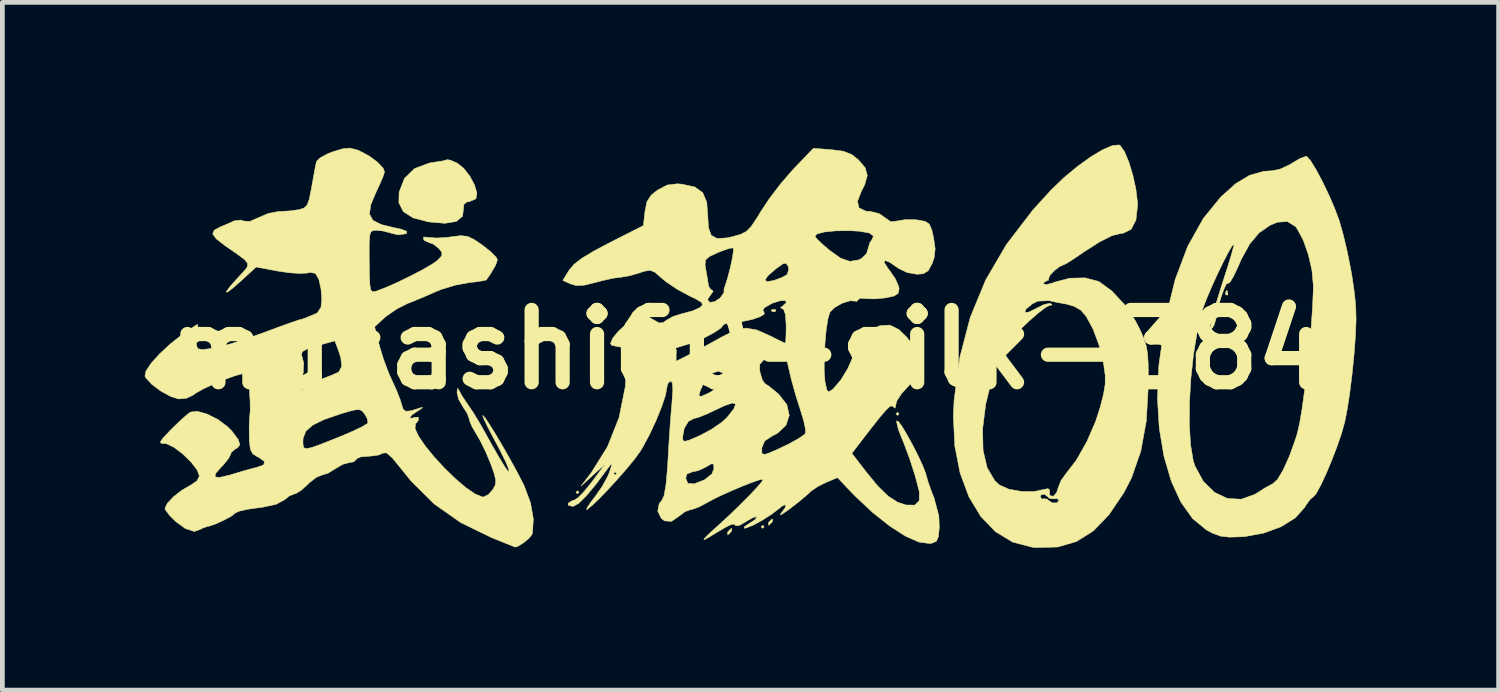
<source format=kicad_pcb>
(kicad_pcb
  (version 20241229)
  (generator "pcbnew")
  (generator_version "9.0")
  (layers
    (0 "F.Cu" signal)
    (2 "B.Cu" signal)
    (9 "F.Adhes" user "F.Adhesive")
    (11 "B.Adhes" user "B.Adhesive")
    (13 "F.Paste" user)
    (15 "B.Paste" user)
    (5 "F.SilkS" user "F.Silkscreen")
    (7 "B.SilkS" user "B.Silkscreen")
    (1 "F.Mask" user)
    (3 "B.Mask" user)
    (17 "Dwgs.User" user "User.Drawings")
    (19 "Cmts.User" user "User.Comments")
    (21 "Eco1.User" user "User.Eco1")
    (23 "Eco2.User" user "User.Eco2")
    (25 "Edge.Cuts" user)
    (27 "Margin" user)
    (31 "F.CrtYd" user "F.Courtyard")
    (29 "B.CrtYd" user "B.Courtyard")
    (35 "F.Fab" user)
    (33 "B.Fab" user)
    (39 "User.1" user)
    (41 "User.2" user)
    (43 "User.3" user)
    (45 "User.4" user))
  (footprint "musashi60-silk-384"
    (layer "F.Cu")
    (at 12.73 4.319)
    (property "Reference" "musashi60-silk-384" (at 0 0 0) (layer "F.SilkS") (effects (font (size 1.524 1.524) (thickness 0.3))))
    (attr through_hole)
    (fp_poly (pts (xy -3.572 3.01) (xy -3.605 3.043) (xy -3.638 3.01) (xy -3.605 2.977) (xy -3.572 3.01)) (stroke (width 0.01) (type solid)) (fill yes) (layer "F.SilkS"))
    (fp_poly (pts (xy 0.331 3.737) (xy 0.298 3.77) (xy 0.265 3.737) (xy 0.298 3.704) (xy 0.331 3.737)) (stroke (width 0.01) (type solid)) (fill yes) (layer "F.SilkS"))
    (fp_poly (pts (xy 3.175 1.356) (xy 3.142 1.389) (xy 3.109 1.356) (xy 3.142 1.323) (xy 3.175 1.356)) (stroke (width 0.01) (type solid)) (fill yes) (layer "F.SilkS"))
    (fp_poly (pts (xy 9.723 -0.298) (xy 9.69 -0.265) (xy 9.657 -0.298) (xy 9.69 -0.331) (xy 9.723 -0.298)) (stroke (width 0.01) (type solid)) (fill yes) (layer "F.SilkS"))
    (fp_poly (pts (xy 0.573 -0.838) (xy 0.564 -0.799) (xy 0.529 -0.794) (xy 0.475 -0.818) (xy 0.485 -0.838) (xy 0.564 -0.846) (xy 0.573 -0.838)) (stroke (width 0.01) (type solid)) (fill yes) (layer "F.SilkS"))
    (fp_poly (pts (xy 10.098 -1.235) (xy 10.106 -1.156) (xy 10.098 -1.147) (xy 10.059 -1.156) (xy 10.054 -1.191) (xy 10.078 -1.245) (xy 10.098 -1.235)) (stroke (width 0.01) (type solid)) (fill yes) (layer "F.SilkS"))
    (fp_poly (pts (xy -0.351 3.813) (xy -0.364 3.836) (xy -0.426 3.9) (xy -0.438 3.903) (xy -0.442 3.86) (xy -0.43 3.836) (xy -0.368 3.773) (xy -0.356 3.77) (xy -0.351 3.813)) (stroke (width 0.01) (type solid)) (fill yes) (layer "F.SilkS"))
    (fp_poly (pts (xy 0.508 3.615) (xy 0.496 3.638) (xy 0.434 3.701) (xy 0.422 3.704) (xy 0.418 3.661) (xy 0.43 3.638) (xy 0.492 3.575) (xy 0.504 3.572) (xy 0.508 3.615)) (stroke (width 0.01) (type solid)) (fill yes) (layer "F.SilkS"))
    (fp_poly (pts (xy -6.29 -3.994) (xy -6.155 -3.937) (xy -6.143 -3.931) (xy -6.002 -3.819) (xy -5.874 -3.654) (xy -5.776 -3.47) (xy -5.726 -3.302) (xy -5.742 -3.188) (xy -5.761 -3.17) (xy -5.895 -3.116) (xy -5.941 -3.11) (xy -6.003 -3.056) (xy -6.007 -2.987) (xy -6.028 -2.81) (xy -6.16 -2.701) (xy -6.401 -2.661) (xy -6.747 -2.691) (xy -7.072 -2.776) (xy -7.277 -2.908) (xy -7.371 -3.094) (xy -7.366 -3.318) (xy -7.252 -3.611) (xy -7.039 -3.816) (xy -6.73 -3.932) (xy -6.618 -3.95) (xy -6.457 -3.974) (xy -6.365 -3.999) (xy -6.361 -4.002) (xy -6.29 -3.994)) (stroke (width 0.01) (type solid)) (fill yes) (layer "F.SilkS"))
    (fp_poly (pts (xy 11.773 -4.068) (xy 11.854 -3.975) (xy 11.968 -3.789) (xy 12.101 -3.539) (xy 12.236 -3.257) (xy 12.359 -2.972) (xy 12.455 -2.714) (xy 12.457 -2.706) (xy 12.538 -2.421) (xy 12.623 -2.061) (xy 12.698 -1.686) (xy 12.729 -1.504) (xy 12.776 -1.178) (xy 12.802 -0.901) (xy 12.809 -0.627) (xy 12.797 -0.314) (xy 12.768 0.085) (xy 12.765 0.117) (xy 12.726 0.506) (xy 12.677 0.902) (xy 12.623 1.257) (xy 12.57 1.527) (xy 12.568 1.534) (xy 12.501 1.773) (xy 12.405 2.051) (xy 12.293 2.343) (xy 12.176 2.621) (xy 12.065 2.859) (xy 11.972 3.03) (xy 11.908 3.107) (xy 11.901 3.109) (xy 11.84 3.16) (xy 11.748 3.288) (xy 11.722 3.332) (xy 11.526 3.55) (xy 11.23 3.734) (xy 10.865 3.869) (xy 10.463 3.943) (xy 10.399 3.947) (xy 10.136 3.955) (xy 9.948 3.933) (xy 9.778 3.869) (xy 9.655 3.803) (xy 9.364 3.565) (xy 9.115 3.216) (xy 8.912 2.773) (xy 8.759 2.252) (xy 8.661 1.668) (xy 8.655 1.585) (xy 9.294 1.585) (xy 9.319 2.004) (xy 9.374 2.335) (xy 9.411 2.454) (xy 9.589 2.78) (xy 9.824 3.011) (xy 10.096 3.139) (xy 10.387 3.156) (xy 10.675 3.053) (xy 10.723 3.023) (xy 10.893 2.915) (xy 11.031 2.84) (xy 11.053 2.83) (xy 11.154 2.736) (xy 11.275 2.533) (xy 11.404 2.245) (xy 11.531 1.891) (xy 11.57 1.769) (xy 11.618 1.559) (xy 11.671 1.246) (xy 11.724 0.856) (xy 11.776 0.419) (xy 11.824 -0.037) (xy 11.863 -0.484) (xy 11.891 -0.895) (xy 11.906 -1.24) (xy 11.907 -1.356) (xy 11.878 -1.671) (xy 11.802 -2.005) (xy 11.692 -2.314) (xy 11.564 -2.55) (xy 11.527 -2.596) (xy 11.361 -2.699) (xy 11.148 -2.684) (xy 10.993 -2.619) (xy 10.763 -2.459) (xy 10.567 -2.226) (xy 10.386 -1.896) (xy 10.325 -1.756) (xy 10.231 -1.554) (xy 10.155 -1.425) (xy 10.109 -1.392) (xy 10.105 -1.398) (xy 10.076 -1.385) (xy 10.025 -1.278) (xy 9.966 -1.115) (xy 9.91 -0.931) (xy 9.869 -0.761) (xy 9.855 -0.651) (xy 9.818 -0.522) (xy 9.785 -0.463) (xy 9.744 -0.434) (xy 9.745 -0.518) (xy 9.785 -0.706) (xy 9.862 -0.985) (xy 9.973 -1.345) (xy 10.028 -1.514) (xy 10.118 -1.794) (xy 10.187 -2.023) (xy 10.227 -2.175) (xy 10.234 -2.224) (xy 10.193 -2.184) (xy 10.115 -2.049) (xy 10.01 -1.847) (xy 9.893 -1.605) (xy 9.776 -1.349) (xy 9.672 -1.107) (xy 9.594 -0.907) (xy 9.568 -0.827) (xy 9.464 -0.396) (xy 9.383 0.089) (xy 9.327 0.6) (xy 9.297 1.108) (xy 9.294 1.585) (xy 8.655 1.585) (xy 8.622 1.039) (xy 8.648 0.381) (xy 8.658 0.277) (xy 8.794 -0.655) (xy 8.994 -1.472) (xy 9.259 -2.175) (xy 9.59 -2.766) (xy 9.959 -3.218) (xy 10.273 -3.499) (xy 10.564 -3.674) (xy 10.864 -3.758) (xy 11.054 -3.77) (xy 11.216 -3.807) (xy 11.412 -3.899) (xy 11.472 -3.937) (xy 11.631 -4.03) (xy 11.747 -4.071) (xy 11.773 -4.068)) (stroke (width 0.01) (type solid)) (fill yes) (layer "F.SilkS"))
    (fp_poly (pts (xy 7.837 -4.3) (xy 7.928 -4.17) (xy 8.021 -3.946) (xy 8.105 -3.668) (xy 8.168 -3.375) (xy 8.2 -3.106) (xy 8.202 -3.04) (xy 8.168 -2.731) (xy 8.066 -2.534) (xy 7.896 -2.451) (xy 7.846 -2.447) (xy 7.662 -2.401) (xy 7.394 -2.265) (xy 7.049 -2.044) (xy 7 -2.01) (xy 6.823 -1.89) (xy 6.692 -1.808) (xy 6.642 -1.786) (xy 6.556 -1.748) (xy 6.446 -1.662) (xy 6.356 -1.566) (xy 6.328 -1.501) (xy 6.33 -1.497) (xy 6.321 -1.458) (xy 6.295 -1.455) (xy 6.222 -1.41) (xy 6.218 -1.388) (xy 6.271 -1.367) (xy 6.411 -1.403) (xy 6.457 -1.421) (xy 6.771 -1.504) (xy 7.094 -1.511) (xy 7.371 -1.439) (xy 7.395 -1.428) (xy 7.657 -1.237) (xy 7.92 -0.955) (xy 8.15 -0.617) (xy 8.248 -0.43) (xy 8.328 -0.249) (xy 8.381 -0.091) (xy 8.412 0.079) (xy 8.426 0.297) (xy 8.429 0.597) (xy 8.429 0.761) (xy 8.387 1.501) (xy 8.27 2.144) (xy 8.074 2.707) (xy 7.916 3.013) (xy 7.601 3.48) (xy 7.271 3.823) (xy 6.914 4.048) (xy 6.516 4.163) (xy 6.067 4.175) (xy 5.986 4.168) (xy 5.572 4.061) (xy 5.206 3.84) (xy 4.895 3.516) (xy 4.652 3.113) (xy 6.152 3.113) (xy 6.191 3.154) (xy 6.213 3.145) (xy 6.298 3.153) (xy 6.316 3.174) (xy 6.4 3.232) (xy 6.5 3.233) (xy 6.548 3.178) (xy 6.548 3.177) (xy 6.5 3.139) (xy 6.456 3.149) (xy 6.349 3.141) (xy 6.32 3.113) (xy 6.238 3.048) (xy 6.166 3.066) (xy 6.152 3.113) (xy 4.652 3.113) (xy 4.645 3.101) (xy 4.461 2.604) (xy 4.35 2.038) (xy 4.332 1.675) (xy 4.935 1.675) (xy 4.945 2.125) (xy 5.031 2.492) (xy 5.192 2.765) (xy 5.294 2.858) (xy 5.491 2.945) (xy 5.756 2.992) (xy 6.027 2.992) (xy 6.203 2.955) (xy 6.313 2.933) (xy 6.344 2.955) (xy 6.351 3.078) (xy 6.427 3.094) (xy 6.496 3.016) (xy 6.526 2.921) (xy 6.588 2.763) (xy 6.685 2.627) (xy 6.914 2.328) (xy 7.132 1.943) (xy 7.317 1.518) (xy 7.413 1.221) (xy 7.485 0.94) (xy 7.519 0.733) (xy 7.52 0.545) (xy 7.49 0.326) (xy 7.479 0.265) (xy 7.389 -0.097) (xy 7.265 -0.429) (xy 7.121 -0.695) (xy 7.011 -0.827) (xy 6.865 -0.911) (xy 6.709 -0.957) (xy 6.493 -0.996) (xy 6.334 -1.031) (xy 6.101 -1.021) (xy 5.986 -0.965) (xy 5.849 -0.852) (xy 5.827 -0.786) (xy 5.91 -0.789) (xy 6.052 -0.86) (xy 6.217 -0.943) (xy 6.344 -0.974) (xy 6.367 -0.97) (xy 6.4 -0.94) (xy 6.348 -0.931) (xy 6.259 -0.885) (xy 6.103 -0.766) (xy 5.906 -0.593) (xy 5.784 -0.478) (xy 5.565 -0.261) (xy 5.419 -0.092) (xy 5.317 0.071) (xy 5.236 0.271) (xy 5.149 0.549) (xy 5.145 0.564) (xy 5.001 1.151) (xy 4.935 1.675) (xy 4.332 1.675) (xy 4.318 1.413) (xy 4.334 1.069) (xy 4.456 0.16) (xy 4.675 -0.679) (xy 5 -1.466) (xy 5.438 -2.215) (xy 5.997 -2.944) (xy 6.379 -3.363) (xy 6.65 -3.624) (xy 6.936 -3.861) (xy 7.215 -4.062) (xy 7.468 -4.213) (xy 7.673 -4.301) (xy 7.812 -4.314) (xy 7.837 -4.3)) (stroke (width 0.01) (type solid)) (fill yes) (layer "F.SilkS"))
    (fp_poly (pts (xy -8.257 -4.21) (xy -8.203 -4.189) (xy -8.003 -4.084) (xy -7.825 -3.953) (xy -7.704 -3.825) (xy -7.673 -3.749) (xy -7.7 -3.658) (xy -7.771 -3.491) (xy -7.846 -3.331) (xy -7.964 -3.052) (xy -7.991 -2.856) (xy -7.919 -2.724) (xy -7.739 -2.634) (xy -7.528 -2.582) (xy -7.307 -2.533) (xy -7.205 -2.491) (xy -7.208 -2.452) (xy -7.224 -2.441) (xy -7.385 -2.417) (xy -7.507 -2.447) (xy -7.7 -2.498) (xy -7.842 -2.514) (xy -7.914 -2.509) (xy -7.961 -2.48) (xy -7.986 -2.402) (xy -7.996 -2.251) (xy -7.997 -2.002) (xy -7.995 -1.85) (xy -7.991 -1.55) (xy -7.982 -1.359) (xy -7.962 -1.257) (xy -7.928 -1.219) (xy -7.872 -1.224) (xy -7.847 -1.231) (xy -7.65 -1.306) (xy -7.397 -1.418) (xy -7.124 -1.551) (xy -6.868 -1.684) (xy -6.667 -1.801) (xy -6.565 -1.873) (xy -6.467 -1.975) (xy -6.464 -2.049) (xy -6.526 -2.128) (xy -6.643 -2.222) (xy -6.72 -2.249) (xy -6.831 -2.298) (xy -6.852 -2.325) (xy -6.848 -2.374) (xy -6.74 -2.363) (xy -6.58 -2.351) (xy -6.359 -2.364) (xy -6.255 -2.378) (xy -6.062 -2.401) (xy -5.921 -2.385) (xy -5.777 -2.315) (xy -5.61 -2.201) (xy -5.44 -2.066) (xy -5.324 -1.951) (xy -5.292 -1.894) (xy -5.333 -1.774) (xy -5.447 -1.583) (xy -5.528 -1.467) (xy -5.596 -1.45) (xy -5.756 -1.426) (xy -5.897 -1.41) (xy -6.178 -1.358) (xy -6.475 -1.268) (xy -6.582 -1.225) (xy -6.833 -1.115) (xy -7.088 -1.009) (xy -7.185 -0.972) (xy -7.418 -0.855) (xy -7.639 -0.701) (xy -7.671 -0.673) (xy -7.883 -0.479) (xy -7.78 -0.075) (xy -7.694 0.207) (xy -7.586 0.495) (xy -7.519 0.644) (xy -7.418 0.865) (xy -7.339 1.07) (xy -7.316 1.148) (xy -7.281 1.258) (xy -7.224 1.303) (xy -7.11 1.29) (xy -6.912 1.227) (xy -6.87 1.223) (xy -6.935 1.272) (xy -6.962 1.288) (xy -7.092 1.376) (xy -7.142 1.437) (xy -7.103 1.449) (xy -7.045 1.431) (xy -6.958 1.427) (xy -6.962 1.495) (xy -7.02 1.569) (xy -7.03 1.666) (xy -6.956 1.827) (xy -6.815 2.033) (xy -6.628 2.263) (xy -6.41 2.499) (xy -6.182 2.721) (xy -5.96 2.91) (xy -5.764 3.045) (xy -5.611 3.107) (xy -5.587 3.109) (xy -5.485 3.058) (xy -5.391 2.953) (xy -5.339 2.856) (xy -5.328 2.756) (xy -5.362 2.613) (xy -5.435 2.407) (xy -5.542 2.153) (xy -5.661 1.912) (xy -5.734 1.787) (xy -5.831 1.621) (xy -5.884 1.491) (xy -5.887 1.467) (xy -5.925 1.355) (xy -6.018 1.211) (xy -6.019 1.209) (xy -6.112 1.047) (xy -6.146 0.901) (xy -6.133 0.817) (xy -6.103 0.86) (xy -6.039 0.978) (xy -5.934 1.136) (xy -5.918 1.158) (xy -5.8 1.333) (xy -5.662 1.56) (xy -5.59 1.687) (xy -5.403 2.024) (xy -5.247 2.294) (xy -5.131 2.482) (xy -5.065 2.574) (xy -5.056 2.58) (xy -5.052 2.529) (xy -5.114 2.375) (xy -5.243 2.114) (xy -5.374 1.869) (xy -5.489 1.65) (xy -5.57 1.483) (xy -5.603 1.396) (xy -5.601 1.389) (xy -5.551 1.443) (xy -5.454 1.589) (xy -5.323 1.801) (xy -5.173 2.055) (xy -5.019 2.325) (xy -4.875 2.588) (xy -4.757 2.817) (xy -4.727 2.877) (xy -4.596 3.231) (xy -4.536 3.571) (xy -4.554 3.858) (xy -4.566 3.9) (xy -4.63 3.981) (xy -4.748 4.078) (xy -4.866 4.151) (xy -4.919 4.165) (xy -4.98 4.141) (xy -5.133 4.08) (xy -5.35 3.992) (xy -5.414 3.966) (xy -6.066 3.649) (xy -6.624 3.257) (xy -7.116 2.769) (xy -7.338 2.494) (xy -7.511 2.282) (xy -7.629 2.18) (xy -7.696 2.18) (xy -7.804 2.225) (xy -7.98 2.248) (xy -8.017 2.249) (xy -8.178 2.264) (xy -8.264 2.303) (xy -8.268 2.315) (xy -8.324 2.368) (xy -8.407 2.381) (xy -8.556 2.421) (xy -8.713 2.514) (xy -8.865 2.607) (xy -8.992 2.646) (xy -9.106 2.691) (xy -9.252 2.803) (xy -9.293 2.844) (xy -9.433 2.969) (xy -9.547 3.038) (xy -9.57 3.043) (xy -9.68 3.086) (xy -9.781 3.166) (xy -9.956 3.262) (xy -10.26 3.327) (xy -10.342 3.337) (xy -10.571 3.369) (xy -10.742 3.409) (xy -10.819 3.446) (xy -10.902 3.512) (xy -11.059 3.597) (xy -11.237 3.678) (xy -11.385 3.728) (xy -11.422 3.734) (xy -11.535 3.776) (xy -11.549 3.788) (xy -11.684 3.836) (xy -11.871 3.774) (xy -12.069 3.631) (xy -12.208 3.493) (xy -12.292 3.38) (xy -12.303 3.346) (xy -12.251 3.24) (xy -12.121 3.103) (xy -11.948 2.967) (xy -11.769 2.863) (xy -11.757 2.858) (xy -11.627 2.768) (xy -11.576 2.666) (xy -11.626 2.535) (xy -11.755 2.369) (xy -11.928 2.2) (xy -12.108 2.063) (xy -12.262 1.989) (xy -12.298 1.984) (xy -12.381 1.978) (xy -12.399 1.946) (xy -12.344 1.867) (xy -12.206 1.72) (xy -12.168 1.682) (xy -11.995 1.513) (xy -11.845 1.379) (xy -11.762 1.318) (xy -11.616 1.303) (xy -11.412 1.361) (xy -11.188 1.474) (xy -10.984 1.625) (xy -10.893 1.717) (xy -10.76 1.894) (xy -10.723 2.006) (xy -10.777 2.076) (xy -10.815 2.093) (xy -10.904 2.167) (xy -10.916 2.206) (xy -10.961 2.296) (xy -11.071 2.431) (xy -11.118 2.479) (xy -11.237 2.615) (xy -11.246 2.686) (xy -11.143 2.695) (xy -10.926 2.643) (xy -10.865 2.624) (xy -10.637 2.556) (xy -10.432 2.5) (xy -10.368 2.485) (xy -10.22 2.43) (xy -10.204 2.361) (xy -10.319 2.277) (xy -10.352 2.261) (xy -10.451 2.199) (xy -10.502 2.101) (xy -10.522 1.928) (xy -10.522 1.922) (xy -9.393 1.922) (xy -9.391 2.013) (xy -9.374 2.07) (xy -9.322 2.089) (xy -9.216 2.068) (xy -9.035 2.004) (xy -8.761 1.896) (xy -8.574 1.821) (xy -8.332 1.717) (xy -8.143 1.626) (xy -8.036 1.56) (xy -8.023 1.545) (xy -8.041 1.449) (xy -8.094 1.357) (xy -8.15 1.291) (xy -8.216 1.264) (xy -8.326 1.278) (xy -8.518 1.332) (xy -8.59 1.353) (xy -8.948 1.476) (xy -9.19 1.595) (xy -9.332 1.723) (xy -9.39 1.87) (xy -9.393 1.922) (xy -10.522 1.922) (xy -10.525 1.837) (xy -10.527 1.627) (xy -10.522 1.471) (xy -10.517 1.422) (xy -10.505 1.291) (xy -10.507 1.092) (xy -10.52 0.87) (xy -10.527 0.799) (xy -9.444 0.799) (xy -9.411 0.85) (xy -9.304 0.803) (xy -9.202 0.733) (xy -9.007 0.625) (xy -8.795 0.545) (xy -8.639 0.474) (xy -8.575 0.353) (xy -8.598 0.161) (xy -8.655 -0.009) (xy -8.722 -0.183) (xy -9.093 -0.08) (xy -9.305 -0.013) (xy -9.408 0.046) (xy -9.425 0.111) (xy -9.419 0.127) (xy -9.377 0.286) (xy -9.387 0.482) (xy -9.419 0.645) (xy -9.444 0.799) (xy -10.527 0.799) (xy -10.54 0.669) (xy -10.566 0.535) (xy -10.579 0.508) (xy -10.66 0.507) (xy -10.825 0.553) (xy -11.041 0.63) (xy -11.274 0.727) (xy -11.49 0.828) (xy -11.655 0.92) (xy -11.712 0.963) (xy -11.853 1.028) (xy -12.011 1.042) (xy -12.184 0.989) (xy -12.389 0.876) (xy -12.578 0.735) (xy -12.705 0.597) (xy -12.725 0.559) (xy -12.703 0.452) (xy -12.593 0.289) (xy -12.416 0.092) (xy -12.192 -0.116) (xy -11.956 -0.302) (xy -11.783 -0.424) (xy -11.658 -0.506) (xy -11.615 -0.529) (xy -11.606 -0.471) (xy -11.616 -0.326) (xy -11.624 -0.265) (xy -11.639 -0.096) (xy -11.613 -0.02) (xy -11.529 -0.000368) (xy -11.499 0) (xy -11.267 -0.03) (xy -10.928 -0.117) (xy -10.49 -0.26) (xy -10.12 -0.394) (xy -9.859 -0.491) (xy -9.638 -0.57) (xy -9.491 -0.62) (xy -9.459 -0.629) (xy -9.361 -0.656) (xy -9.343 -0.665) (xy -9.277 -0.692) (xy -9.095 -0.768) (xy -9.013 -0.89) (xy -8.996 -1.061) (xy -9.013 -1.279) (xy -9.056 -1.472) (xy -9.061 -1.486) (xy -9.131 -1.606) (xy -9.239 -1.626) (xy -9.3 -1.613) (xy -9.454 -1.603) (xy -9.685 -1.619) (xy -9.928 -1.655) (xy -10.381 -1.74) (xy -10.679 -1.465) (xy -10.877 -1.291) (xy -10.989 -1.208) (xy -11.01 -1.217) (xy -10.94 -1.316) (xy -10.778 -1.5) (xy -10.645 -1.641) (xy -10.568 -1.738) (xy -10.558 -1.814) (xy -10.624 -1.897) (xy -10.774 -2.009) (xy -11.018 -2.178) (xy -11.03 -2.186) (xy -11.22 -2.333) (xy -11.296 -2.438) (xy -11.262 -2.518) (xy -11.129 -2.588) (xy -10.958 -2.66) (xy -10.842 -2.713) (xy -10.703 -2.73) (xy -10.644 -2.709) (xy -10.512 -2.701) (xy -10.332 -2.781) (xy -10.123 -2.869) (xy -9.909 -2.91) (xy -9.893 -2.91) (xy -9.669 -2.923) (xy -9.48 -2.949) (xy -9.375 -2.98) (xy -9.308 -3.041) (xy -9.261 -3.165) (xy -9.217 -3.382) (xy -9.209 -3.429) (xy -9.166 -3.668) (xy -9.13 -3.862) (xy -9.108 -3.965) (xy -9.036 -4.039) (xy -8.878 -4.125) (xy -8.759 -4.171) (xy -8.549 -4.234) (xy -8.402 -4.247) (xy -8.257 -4.21)) (stroke (width 0.01) (type solid)) (fill yes) (layer "F.SilkS"))
    (fp_poly (pts (xy 1.745 -4.214) (xy 1.997 -4.181) (xy 2.174 -4.113) (xy 2.318 -3.999) (xy 2.461 -3.83) (xy 2.504 -3.669) (xy 2.45 -3.475) (xy 2.379 -3.336) (xy 2.298 -3.127) (xy 2.329 -2.987) (xy 2.472 -2.918) (xy 2.578 -2.91) (xy 2.758 -2.864) (xy 2.874 -2.782) (xy 3.001 -2.693) (xy 3.139 -2.711) (xy 3.302 -2.739) (xy 3.514 -2.737) (xy 3.559 -2.732) (xy 3.721 -2.703) (xy 3.81 -2.647) (xy 3.863 -2.526) (xy 3.899 -2.371) (xy 3.935 -2.127) (xy 3.915 -1.939) (xy 3.873 -1.817) (xy 3.79 -1.662) (xy 3.685 -1.598) (xy 3.551 -1.587) (xy 3.343 -1.624) (xy 3.167 -1.709) (xy 2.982 -1.837) (xy 2.877 -1.879) (xy 2.861 -1.837) (xy 2.94 -1.711) (xy 2.972 -1.671) (xy 3.094 -1.494) (xy 3.166 -1.332) (xy 3.175 -1.279) (xy 3.154 -1.184) (xy 3.068 -1.128) (xy 2.884 -1.089) (xy 2.877 -1.088) (xy 2.664 -1.068) (xy 2.488 -1.071) (xy 2.447 -1.078) (xy 2.342 -1.08) (xy 2.315 -1.048) (xy 2.275 -1.012) (xy 2.257 -1.021) (xy 2.14 -1.028) (xy 1.975 -0.976) (xy 1.816 -0.887) (xy 1.715 -0.785) (xy 1.673 -0.642) (xy 1.637 -0.407) (xy 1.611 -0.118) (xy 1.596 0.184) (xy 1.596 0.461) (xy 1.612 0.672) (xy 1.616 0.691) (xy 1.65 0.848) (xy 1.689 0.894) (xy 1.76 0.85) (xy 1.79 0.824) (xy 1.949 0.638) (xy 2.095 0.397) (xy 2.204 0.15) (xy 2.249 -0.052) (xy 2.249 -0.06) (xy 2.27 -0.201) (xy 2.355 -0.303) (xy 2.511 -0.396) (xy 2.775 -0.504) (xy 2.982 -0.515) (xy 3.169 -0.422) (xy 3.333 -0.264) (xy 3.468 -0.094) (xy 3.555 0.054) (xy 3.573 0.116) (xy 3.591 0.277) (xy 3.612 0.372) (xy 3.607 0.487) (xy 3.52 0.621) (xy 3.379 0.763) (xy 3.228 0.927) (xy 3.129 1.078) (xy 3.108 1.152) (xy 3.092 1.236) (xy 3.056 1.21) (xy 3.024 1.186) (xy 2.974 1.205) (xy 2.893 1.282) (xy 2.768 1.428) (xy 2.587 1.657) (xy 2.396 1.905) (xy 2.179 2.188) (xy 2.479 2.578) (xy 2.731 2.884) (xy 2.945 3.091) (xy 3.143 3.218) (xy 3.319 3.277) (xy 3.505 3.28) (xy 3.599 3.187) (xy 3.601 3) (xy 3.596 2.977) (xy 3.512 2.657) (xy 3.394 2.292) (xy 3.268 1.955) (xy 3.229 1.864) (xy 3.158 1.679) (xy 3.125 1.538) (xy 3.126 1.502) (xy 3.164 1.521) (xy 3.243 1.632) (xy 3.348 1.808) (xy 3.465 2.021) (xy 3.578 2.244) (xy 3.672 2.448) (xy 3.734 2.607) (xy 3.744 2.646) (xy 3.791 2.805) (xy 3.868 3.02) (xy 3.912 3.129) (xy 4.013 3.511) (xy 4.022 3.758) (xy 4.002 3.948) (xy 3.96 4.043) (xy 3.873 4.081) (xy 3.816 4.089) (xy 3.592 4.059) (xy 3.305 3.932) (xy 2.974 3.719) (xy 2.612 3.431) (xy 2.237 3.078) (xy 2.149 2.987) (xy 1.876 2.7) (xy 1.646 2.796) (xy 1.466 2.885) (xy 1.331 2.976) (xy 1.32 2.985) (xy 1.195 3.098) (xy 1.043 3.224) (xy 0.889 3.343) (xy 0.76 3.436) (xy 0.679 3.487) (xy 0.671 3.475) (xy 0.678 3.466) (xy 0.774 3.333) (xy 0.785 3.27) (xy 0.717 3.293) (xy 0.645 3.351) (xy 0.482 3.476) (xy 0.283 3.603) (xy 0.09 3.707) (xy -0.054 3.763) (xy -0.086 3.768) (xy -0.091 3.74) (xy 0.0002 3.676) (xy 0.022 3.663) (xy 0.14 3.585) (xy 0.177 3.53) (xy 0.175 3.526) (xy 0.104 3.538) (xy -0.026 3.61) (xy -0.057 3.631) (xy -0.189 3.706) (xy -0.269 3.716) (xy -0.275 3.707) (xy -0.303 3.679) (xy -0.369 3.691) (xy -0.493 3.752) (xy -0.697 3.872) (xy -0.839 3.959) (xy -0.935 4.011) (xy -0.939 3.993) (xy -0.849 3.901) (xy -0.661 3.729) (xy -0.425 3.513) (xy -0.194 3.29) (xy 0.014 3.082) (xy 0.179 2.907) (xy 0.283 2.784) (xy 0.309 2.734) (xy 0.239 2.744) (xy 0.081 2.798) (xy -0.133 2.882) (xy -0.37 2.982) (xy -0.598 3.085) (xy -0.787 3.179) (xy -0.868 3.225) (xy -1.043 3.318) (xy -1.186 3.37) (xy -1.215 3.373) (xy -1.339 3.418) (xy -1.455 3.506) (xy -1.622 3.622) (xy -1.769 3.612) (xy -1.839 3.559) (xy -1.913 3.407) (xy -1.882 3.246) (xy -1.829 3.183) (xy -1.78 3.08) (xy -1.741 2.857) (xy -1.727 2.712) (xy -1.323 2.712) (xy -1.279 2.821) (xy -1.146 2.832) (xy -0.925 2.745) (xy -0.923 2.743) (xy -0.77 2.621) (xy -0.728 2.504) (xy -0.736 2.413) (xy -0.787 2.41) (xy -0.891 2.473) (xy -1.057 2.552) (xy -1.188 2.58) (xy -1.3 2.625) (xy -1.323 2.712) (xy -1.727 2.712) (xy -1.709 2.509) (xy -1.698 2.332) (xy -1.677 1.969) (xy -1.669 1.844) (xy -1.389 1.844) (xy -1.389 1.844) (xy -1.382 1.913) (xy -1.344 1.936) (xy -1.247 1.909) (xy -1.063 1.83) (xy -1.009 1.805) (xy -0.771 1.677) (xy -0.556 1.528) (xy -0.449 1.428) (xy -0.308 1.248) (xy -0.272 1.147) (xy -0.34 1.127) (xy -0.514 1.187) (xy -0.66 1.256) (xy -0.876 1.358) (xy -1.056 1.43) (xy -1.153 1.455) (xy -1.266 1.514) (xy -1.354 1.659) (xy -1.389 1.844) (xy -1.669 1.844) (xy -1.653 1.602) (xy -1.628 1.282) (xy -1.613 1.108) (xy -1.603 0.967) (xy -1.046 0.967) (xy -1.004 0.989) (xy -0.88 0.937) (xy -0.792 0.892) (xy -0.635 0.782) (xy -0.526 0.653) (xy -0.492 0.541) (xy -0.509 0.505) (xy -0.638 0.457) (xy -0.786 0.504) (xy -0.906 0.628) (xy -0.915 0.645) (xy -1.014 0.858) (xy -1.046 0.967) (xy -1.603 0.967) (xy -1.595 0.848) (xy -1.606 0.704) (xy -1.644 0.661) (xy -1.705 0.717) (xy -1.72 0.799) (xy -1.75 0.963) (xy -1.831 1.206) (xy -1.947 1.492) (xy -2.084 1.787) (xy -2.227 2.053) (xy -2.285 2.149) (xy -2.396 2.302) (xy -2.559 2.501) (xy -2.752 2.722) (xy -2.953 2.942) (xy -3.142 3.138) (xy -3.297 3.287) (xy -3.396 3.366) (xy -3.415 3.373) (xy -3.398 3.327) (xy -3.317 3.208) (xy -3.23 3.095) (xy -3.084 2.885) (xy -2.966 2.669) (xy -2.943 2.613) (xy -2.844 2.613) (xy -2.811 2.646) (xy -2.778 2.613) (xy -2.811 2.58) (xy -2.844 2.613) (xy -2.943 2.613) (xy -2.93 2.582) (xy -2.885 2.439) (xy -2.887 2.406) (xy -2.939 2.469) (xy -2.947 2.48) (xy -3.215 2.839) (xy -3.424 3.09) (xy -3.58 3.243) (xy -3.692 3.305) (xy -3.712 3.307) (xy -3.801 3.281) (xy -3.803 3.241) (xy -3.707 3.179) (xy -3.675 3.175) (xy -3.595 3.125) (xy -3.467 2.994) (xy -3.316 2.809) (xy -3.305 2.795) (xy -3.023 2.414) (xy -3.276 2.646) (xy -3.53 2.877) (xy -3.317 2.6) (xy -2.973 2.049) (xy -2.729 1.434) (xy -2.599 0.79) (xy -2.594 0.733) (xy -2.574 0.424) (xy 0.234 0.424) (xy 0.245 0.485) (xy 0.29 0.637) (xy 0.345 0.718) (xy 0.348 0.719) (xy 0.432 0.774) (xy 0.571 0.886) (xy 0.635 0.941) (xy 0.808 1.16) (xy 0.859 1.386) (xy 0.79 1.597) (xy 0.606 1.769) (xy 0.506 1.819) (xy 0.34 1.927) (xy 0.28 2.076) (xy 0.283 2.194) (xy 0.347 2.211) (xy 0.429 2.183) (xy 0.588 2.115) (xy 0.795 2.017) (xy 0.874 1.978) (xy 1.05 1.88) (xy 1.173 1.796) (xy 1.2 1.768) (xy 1.201 1.677) (xy 1.163 1.499) (xy 1.094 1.274) (xy 1.091 1.264) (xy 0.996 0.964) (xy 0.906 0.64) (xy 0.856 0.43) (xy 0.809 0.219) (xy 0.773 0.067) (xy 0.757 0.013) (xy 0.697 0.029) (xy 0.558 0.092) (xy 0.474 0.134) (xy 0.309 0.229) (xy 0.238 0.312) (xy 0.234 0.424) (xy -2.574 0.424) (xy -2.571 0.387) (xy -2.577 0.207) (xy -1.72 0.207) (xy -1.712 0.31) (xy -1.701 0.331) (xy -1.638 0.303) (xy -1.49 0.229) (xy -1.288 0.127) (xy -1.288 0.127) (xy -1.014 -0.018) (xy -0.724 -0.175) (xy -0.554 -0.27) (xy -0.281 -0.405) (xy -0.057 -0.452) (xy 0.17 -0.414) (xy 0.435 -0.298) (xy 0.617 -0.207) (xy 0.742 -0.147) (xy 0.777 -0.133) (xy 0.786 -0.192) (xy 0.792 -0.347) (xy 0.794 -0.496) (xy 0.78 -0.735) (xy 0.739 -0.849) (xy 0.711 -0.861) (xy 0.675 -0.882) (xy 0.726 -0.923) (xy 0.801 -0.994) (xy 0.775 -1.031) (xy 0.674 -1.029) (xy 0.525 -0.985) (xy 0.483 -0.966) (xy 0.333 -0.88) (xy 0.303 -0.818) (xy 0.326 -0.797) (xy 0.333 -0.747) (xy 0.24 -0.69) (xy 0.078 -0.634) (xy -0.121 -0.593) (xy -0.302 -0.576) (xy -0.454 -0.558) (xy -0.528 -0.525) (xy -0.529 -0.519) (xy -0.585 -0.451) (xy -0.727 -0.356) (xy -0.919 -0.253) (xy -1.123 -0.162) (xy -1.303 -0.103) (xy -1.323 -0.098) (xy -1.563 -0.024) (xy -1.689 0.083) (xy -1.72 0.207) (xy -2.577 0.207) (xy -2.579 0.153) (xy -2.62 0.012) (xy -2.7 -0.054) (xy -2.781 -0.066) (xy -2.887 -0.092) (xy -2.91 -0.127) (xy -2.861 -0.241) (xy -2.738 -0.39) (xy -2.577 -0.537) (xy -2.416 -0.645) (xy -2.383 -0.661) (xy -2.22 -0.708) (xy -2.089 -0.677) (xy -2.012 -0.631) (xy -1.882 -0.56) (xy -1.794 -0.569) (xy -1.731 -0.618) (xy -1.592 -0.696) (xy -1.4 -0.757) (xy -1.376 -0.762) (xy -1.181 -0.814) (xy -1.03 -0.882) (xy -1.018 -0.89) (xy -0.968 -0.942) (xy -0.991 -0.994) (xy -1.105 -1.064) (xy -1.263 -1.14) (xy -1.504 -1.271) (xy -1.73 -1.423) (xy -1.832 -1.507) (xy -1.972 -1.629) (xy -2.076 -1.671) (xy -2.206 -1.648) (xy -2.295 -1.617) (xy -2.499 -1.557) (xy -2.678 -1.526) (xy -2.702 -1.524) (xy -2.851 -1.504) (xy -3.069 -1.456) (xy -3.222 -1.415) (xy -3.465 -1.356) (xy -3.632 -1.349) (xy -3.751 -1.383) (xy -3.914 -1.458) (xy -3.783 -1.671) (xy -3.687 -1.785) (xy -0.916 -1.785) (xy -0.897 -1.669) (xy -0.864 -1.486) (xy -0.845 -1.353) (xy -0.844 -1.339) (xy -0.795 -1.262) (xy -0.769 -1.257) (xy -0.746 -1.223) (xy -0.781 -1.177) (xy -0.85 -1.08) (xy -0.86 -1.045) (xy -0.815 -0.994) (xy -0.712 -1.01) (xy -0.603 -1.084) (xy -0.587 -1.102) (xy -0.523 -1.191) (xy -0.517 -1.217) (xy -0.516 -1.274) (xy -0.5 -1.323) (xy -0.455 -1.463) (xy 0.347 -1.463) (xy 0.396 -1.431) (xy 0.537 -1.457) (xy 0.703 -1.518) (xy 0.812 -1.579) (xy 0.815 -1.582) (xy 0.848 -1.69) (xy 0.835 -1.756) (xy 0.795 -1.818) (xy 0.729 -1.809) (xy 0.6 -1.719) (xy 0.581 -1.705) (xy 0.409 -1.556) (xy 0.347 -1.463) (xy -0.455 -1.463) (xy -0.442 -1.503) (xy -0.386 -1.715) (xy -0.342 -1.919) (xy -0.319 -2.075) (xy -0.323 -2.143) (xy -0.403 -2.133) (xy -0.558 -2.08) (xy -0.653 -2.041) (xy -0.827 -1.96) (xy -0.905 -1.889) (xy -0.916 -1.785) (xy -3.687 -1.785) (xy -3.68 -1.795) (xy -3.507 -1.928) (xy -3.247 -2.084) (xy -2.934 -2.249) (xy -2.216 -2.613) (xy -2.183 -2.908) (xy -2.141 -3.118) (xy -2.049 -3.258) (xy -1.918 -3.361) (xy -1.713 -3.468) (xy -1.501 -3.494) (xy -1.403 -3.486) (xy -1.134 -3.428) (xy -0.967 -3.31) (xy -0.881 -3.11) (xy -0.86 -2.842) (xy -0.844 -2.568) (xy -0.785 -2.407) (xy -0.661 -2.341) (xy -0.455 -2.354) (xy -0.336 -2.38) (xy -0.319 -2.385) (xy 1.401 -2.385) (xy 1.402 -2.383) (xy 1.46 -2.314) (xy 1.59 -2.193) (xy 1.71 -2.091) (xy 1.944 -1.924) (xy 2.136 -1.859) (xy 2.317 -1.888) (xy 2.386 -1.921) (xy 2.489 -2.024) (xy 2.514 -2.106) (xy 2.558 -2.254) (xy 2.596 -2.305) (xy 2.635 -2.394) (xy 2.547 -2.457) (xy 2.331 -2.495) (xy 2.127 -2.506) (xy 1.832 -2.502) (xy 1.597 -2.478) (xy 1.446 -2.438) (xy 1.401 -2.385) (xy -0.319 -2.385) (xy -0.167 -2.427) (xy -0.046 -2.49) (xy 0.058 -2.596) (xy 0.178 -2.774) (xy 0.263 -2.915) (xy 0.445 -3.189) (xy 0.678 -3.494) (xy 0.916 -3.77) (xy 0.95 -3.807) (xy 1.367 -4.242) (xy 1.745 -4.214)) (stroke (width 0.01) (type solid)) (fill yes) (layer "F.SilkS")))
  (gr_rect
    (start -3 -3)
    (end 28.544 11.499)
    (stroke (width 0.1) (type default))
    (fill no)
    (layer "Edge.Cuts")))
</source>
